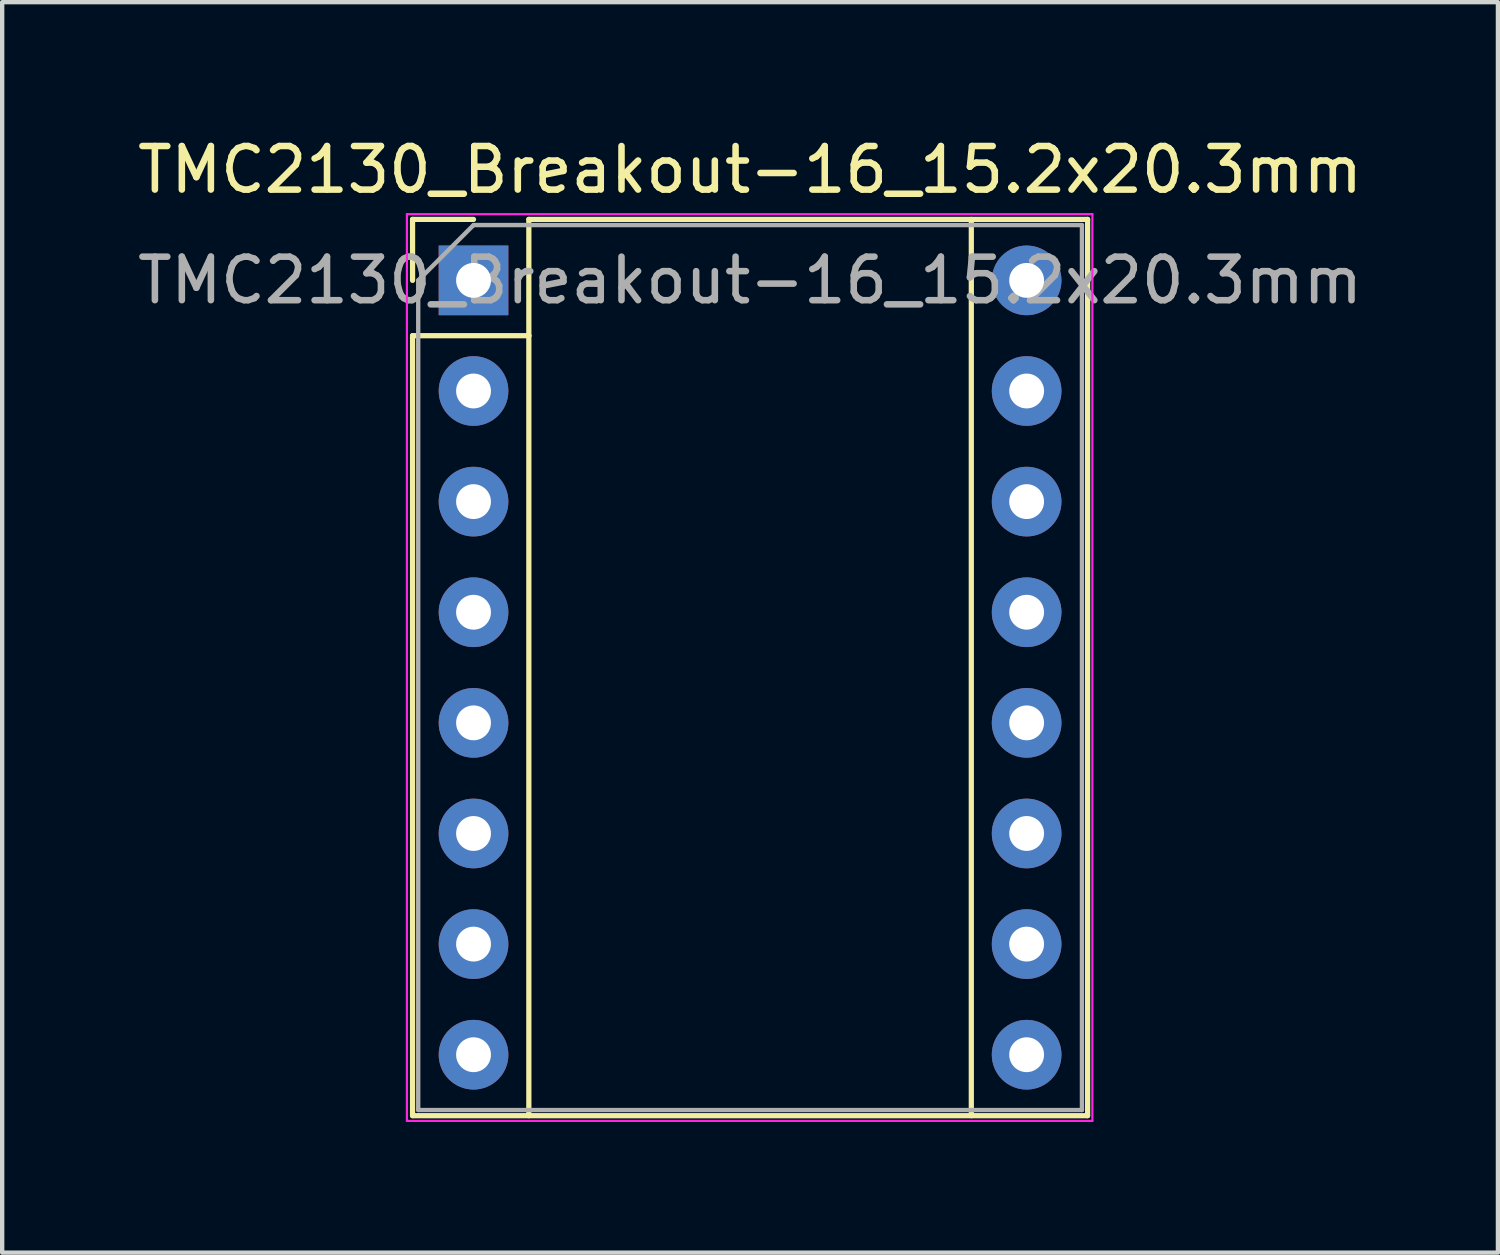
<source format=kicad_pcb>
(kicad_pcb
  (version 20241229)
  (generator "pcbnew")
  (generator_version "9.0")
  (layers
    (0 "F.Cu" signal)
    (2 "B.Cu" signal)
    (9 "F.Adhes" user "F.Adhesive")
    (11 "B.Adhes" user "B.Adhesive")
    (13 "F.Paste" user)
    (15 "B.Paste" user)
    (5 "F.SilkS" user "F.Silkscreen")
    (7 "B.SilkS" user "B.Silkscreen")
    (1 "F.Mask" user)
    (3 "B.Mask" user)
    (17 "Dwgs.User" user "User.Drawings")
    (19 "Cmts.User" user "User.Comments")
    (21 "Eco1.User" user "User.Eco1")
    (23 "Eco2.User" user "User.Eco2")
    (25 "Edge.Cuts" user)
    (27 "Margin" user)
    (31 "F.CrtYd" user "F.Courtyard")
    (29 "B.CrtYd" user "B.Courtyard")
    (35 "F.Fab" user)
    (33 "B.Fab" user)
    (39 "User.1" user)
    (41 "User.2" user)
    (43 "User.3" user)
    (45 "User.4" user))
  (footprint "TMC2130_Breakout-16_15.2x20.3mm"
    (layer "F.Cu")
    (at 7.823 3.388)
    (property "Reference" "TMC2130_Breakout-16_15.2x20.3mm" (at 6.35 -2.54 180) (layer "F.SilkS") (effects (font (size 1 1) (thickness 0.15))))
    (attr through_hole)
    (fp_line (start -1.4 -1.4) (end -1.4 0) (stroke (width 0.12) (type solid)) (layer "F.SilkS"))
    (fp_line (start -1.4 1.27) (end -1.4 19.18) (stroke (width 0.12) (type solid)) (layer "F.SilkS"))
    (fp_line (start -1.4 19.18) (end 14.1 19.18) (stroke (width 0.12) (type solid)) (layer "F.SilkS"))
    (fp_line (start 0 -1.4) (end -1.4 -1.4) (stroke (width 0.12) (type solid)) (layer "F.SilkS"))
    (fp_line (start 1.27 -1.4) (end 1.27 1.27) (stroke (width 0.12) (type solid)) (layer "F.SilkS"))
    (fp_line (start 1.27 1.27) (end -1.4 1.27) (stroke (width 0.12) (type solid)) (layer "F.SilkS"))
    (fp_line (start 1.27 1.27) (end 1.27 19.18) (stroke (width 0.12) (type solid)) (layer "F.SilkS"))
    (fp_line (start 11.43 -1.4) (end 11.43 19.18) (stroke (width 0.12) (type solid)) (layer "F.SilkS"))
    (fp_line (start 14.1 -1.4) (end 1.27 -1.4) (stroke (width 0.12) (type solid)) (layer "F.SilkS"))
    (fp_line (start 14.1 19.18) (end 14.1 -1.4) (stroke (width 0.12) (type solid)) (layer "F.SilkS"))
    (fp_line (start -1.53 -1.52) (end -1.53 19.3) (stroke (width 0.05) (type solid)) (layer "F.CrtYd"))
    (fp_line (start -1.53 -1.52) (end 14.21 -1.52) (stroke (width 0.05) (type solid)) (layer "F.CrtYd"))
    (fp_line (start 14.21 19.3) (end -1.53 19.3) (stroke (width 0.05) (type solid)) (layer "F.CrtYd"))
    (fp_line (start 14.21 19.3) (end 14.21 -1.52) (stroke (width 0.05) (type solid)) (layer "F.CrtYd"))
    (fp_line (start -1.27 0) (end 0 -1.27) (stroke (width 0.1) (type solid)) (layer "F.Fab"))
    (fp_line (start -1.27 19.05) (end -1.27 0) (stroke (width 0.1) (type solid)) (layer "F.Fab"))
    (fp_line (start 0 -1.27) (end 13.97 -1.27) (stroke (width 0.1) (type solid)) (layer "F.Fab"))
    (fp_line (start 13.97 -1.27) (end 13.97 19.05) (stroke (width 0.1) (type solid)) (layer "F.Fab"))
    (fp_line (start 13.97 19.05) (end -1.27 19.05) (stroke (width 0.1) (type solid)) (layer "F.Fab"))
    (fp_text user "${REFERENCE}" (at 6.35 0 180) (layer "F.Fab") (effects (font (size 1 1) (thickness 0.15))))
    (pad "1" thru_hole rect (at 0 0) (size 1.6 1.6) (drill 0.8) (layers "*.Cu" "*.Mask"))
    (pad "2" thru_hole oval (at 0 2.54) (size 1.6 1.6) (drill 0.8) (layers "*.Cu" "*.Mask"))
    (pad "3" thru_hole oval (at 0 5.08) (size 1.6 1.6) (drill 0.8) (layers "*.Cu" "*.Mask"))
    (pad "4" thru_hole oval (at 0 7.62) (size 1.6 1.6) (drill 0.8) (layers "*.Cu" "*.Mask"))
    (pad "5" thru_hole oval (at 0 10.16) (size 1.6 1.6) (drill 0.8) (layers "*.Cu" "*.Mask"))
    (pad "6" thru_hole oval (at 0 12.7) (size 1.6 1.6) (drill 0.8) (layers "*.Cu" "*.Mask"))
    (pad "7" thru_hole oval (at 0 15.24) (size 1.6 1.6) (drill 0.8) (layers "*.Cu" "*.Mask"))
    (pad "8" thru_hole oval (at 0 17.78) (size 1.6 1.6) (drill 0.8) (layers "*.Cu" "*.Mask"))
    (pad "9" thru_hole oval (at 12.7 17.78) (size 1.6 1.6) (drill 0.8) (layers "*.Cu" "*.Mask"))
    (pad "10" thru_hole oval (at 12.7 15.24) (size 1.6 1.6) (drill 0.8) (layers "*.Cu" "*.Mask"))
    (pad "11" thru_hole oval (at 12.7 12.7) (size 1.6 1.6) (drill 0.8) (layers "*.Cu" "*.Mask"))
    (pad "12" thru_hole oval (at 12.7 10.16) (size 1.6 1.6) (drill 0.8) (layers "*.Cu" "*.Mask"))
    (pad "13" thru_hole oval (at 12.7 7.62) (size 1.6 1.6) (drill 0.8) (layers "*.Cu" "*.Mask"))
    (pad "14" thru_hole oval (at 12.7 5.08) (size 1.6 1.6) (drill 0.8) (layers "*.Cu" "*.Mask"))
    (pad "15" thru_hole oval (at 12.7 2.54) (size 1.6 1.6) (drill 0.8) (layers "*.Cu" "*.Mask"))
    (pad "16" thru_hole oval (at 12.7 0) (size 1.6 1.6) (drill 0.8) (layers "*.Cu" "*.Mask")))
  (gr_rect
    (start -3 -3)
    (end 31.345 25.713)
    (stroke (width 0.1) (type default))
    (fill no)
    (layer "Edge.Cuts")))
</source>
